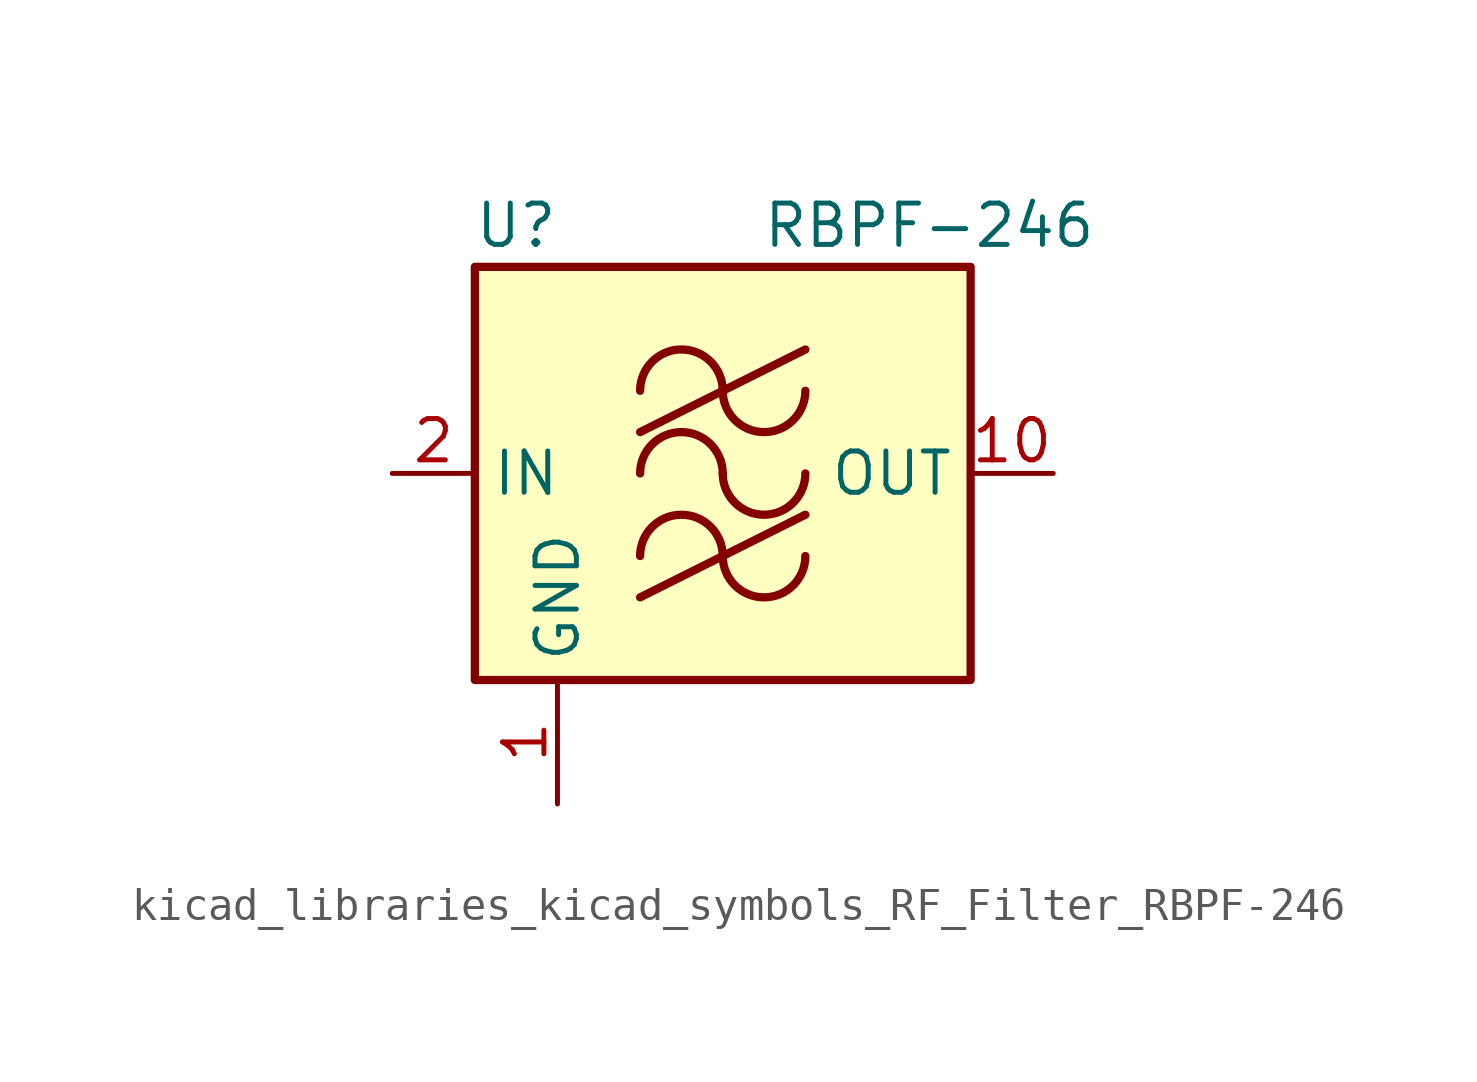
<source format=kicad_sym>
(kicad_symbol_lib
  (version 20220914)
  (generator kicad_symbol_editor)
  (symbol "kicad_libraries_kicad_symbols_RF_Filter_RBPF-246"
    (property "Reference" "U"
      (at -6.35 7.62 0)
      (effects (font (size 1.27 1.27))))
    (property "Value" "RBPF-246"
      (at 6.35 7.62 0)
      (effects (font (size 1.27 1.27))))
    (symbol "kicad_libraries_kicad_symbols_RF_Filter_RBPF-246_0_1"
      (rectangle (start -7.62 6.35) (end 7.62 -6.35) (stroke (width 0.254) (type default)) (fill (type background)))
      (arc (start 0 -2.54) (mid -1.27 -1.2755) (end -2.54 -2.54) (stroke (width 0.254) (type default)) (fill (type none)))
      (arc (start 0 -2.54) (mid 1.27 -3.8045) (end 2.54 -2.54) (stroke (width 0.254) (type default)) (fill (type none)))
      (arc (start 0 0) (mid -1.27 1.2645) (end -2.54 0) (stroke (width 0.254) (type default)) (fill (type none)))
      (polyline (pts (xy -2.54 -3.81) (xy 2.54 -1.27)) (stroke (width 0.254) (type default)) (fill (type none)))
      (polyline (pts (xy -2.54 1.27) (xy 2.54 3.81)) (stroke (width 0.254) (type default)) (fill (type none)))
      (arc (start 0 0) (mid 1.27 -1.2645) (end 2.54 0) (stroke (width 0.254) (type default)) (fill (type none)))
      (arc (start 0 2.54) (mid -1.27 3.8045) (end -2.54 2.54) (stroke (width 0.254) (type default)) (fill (type none)))
      (arc (start 0 2.54) (mid 1.27 1.2755) (end 2.54 2.54) (stroke (width 0.254) (type default)) (fill (type none))))
    (symbol "kicad_libraries_kicad_symbols_RF_Filter_RBPF-246_1_1"
      (pin power_in line (at -5.08 -10.16 90) (length 3.81) (name "GND" (effects (font (size 1.27 1.27)))) (number "1" (effects (font (size 1.27 1.27)))))
      (pin output line (at 10.16 0 180) (length 2.54) (name "OUT" (effects (font (size 1.27 1.27)))) (number "10" (effects (font (size 1.27 1.27)))))
      (pin passive line (at -5.08 -10.16 90) (length 3.81) hide (name "GND" (effects (font (size 1.27 1.27)))) (number "11" (effects (font (size 1.27 1.27)))))
      (pin passive line (at -5.08 -10.16 90) (length 3.81) hide (name "GND" (effects (font (size 1.27 1.27)))) (number "12" (effects (font (size 1.27 1.27)))))
      (pin passive line (at -5.08 -10.16 90) (length 3.81) hide (name "GND" (effects (font (size 1.27 1.27)))) (number "13" (effects (font (size 1.27 1.27)))))
      (pin no_connect line (at 7.62 -2.54 180) (length 2.54) hide (name "NC" (effects (font (size 1.27 1.27)))) (number "14" (effects (font (size 1.27 1.27)))))
      (pin passive line (at -5.08 -10.16 90) (length 3.81) hide (name "GND" (effects (font (size 1.27 1.27)))) (number "15" (effects (font (size 1.27 1.27)))))
      (pin passive line (at -5.08 -10.16 90) (length 3.81) hide (name "GND" (effects (font (size 1.27 1.27)))) (number "16" (effects (font (size 1.27 1.27)))))
      (pin input line (at -10.16 0 0) (length 2.54) (name "IN" (effects (font (size 1.27 1.27)))) (number "2" (effects (font (size 1.27 1.27)))))
      (pin passive line (at -5.08 -10.16 90) (length 3.81) hide (name "GND" (effects (font (size 1.27 1.27)))) (number "3" (effects (font (size 1.27 1.27)))))
      (pin passive line (at -5.08 -10.16 90) (length 3.81) hide (name "GND" (effects (font (size 1.27 1.27)))) (number "4" (effects (font (size 1.27 1.27)))))
      (pin passive line (at -5.08 -10.16 90) (length 3.81) hide (name "GND" (effects (font (size 1.27 1.27)))) (number "5" (effects (font (size 1.27 1.27)))))
      (pin passive line (at -5.08 -10.16 90) (length 3.81) hide (name "GND" (effects (font (size 1.27 1.27)))) (number "6" (effects (font (size 1.27 1.27)))))
      (pin passive line (at -5.08 -10.16 90) (length 3.81) hide (name "GND" (effects (font (size 1.27 1.27)))) (number "7" (effects (font (size 1.27 1.27)))))
      (pin passive line (at -5.08 -10.16 90) (length 3.81) hide (name "GND" (effects (font (size 1.27 1.27)))) (number "8" (effects (font (size 1.27 1.27)))))
      (pin passive line (at -5.08 -10.16 90) (length 3.81) hide (name "GND" (effects (font (size 1.27 1.27)))) (number "9" (effects (font (size 1.27 1.27))))))))
</source>
